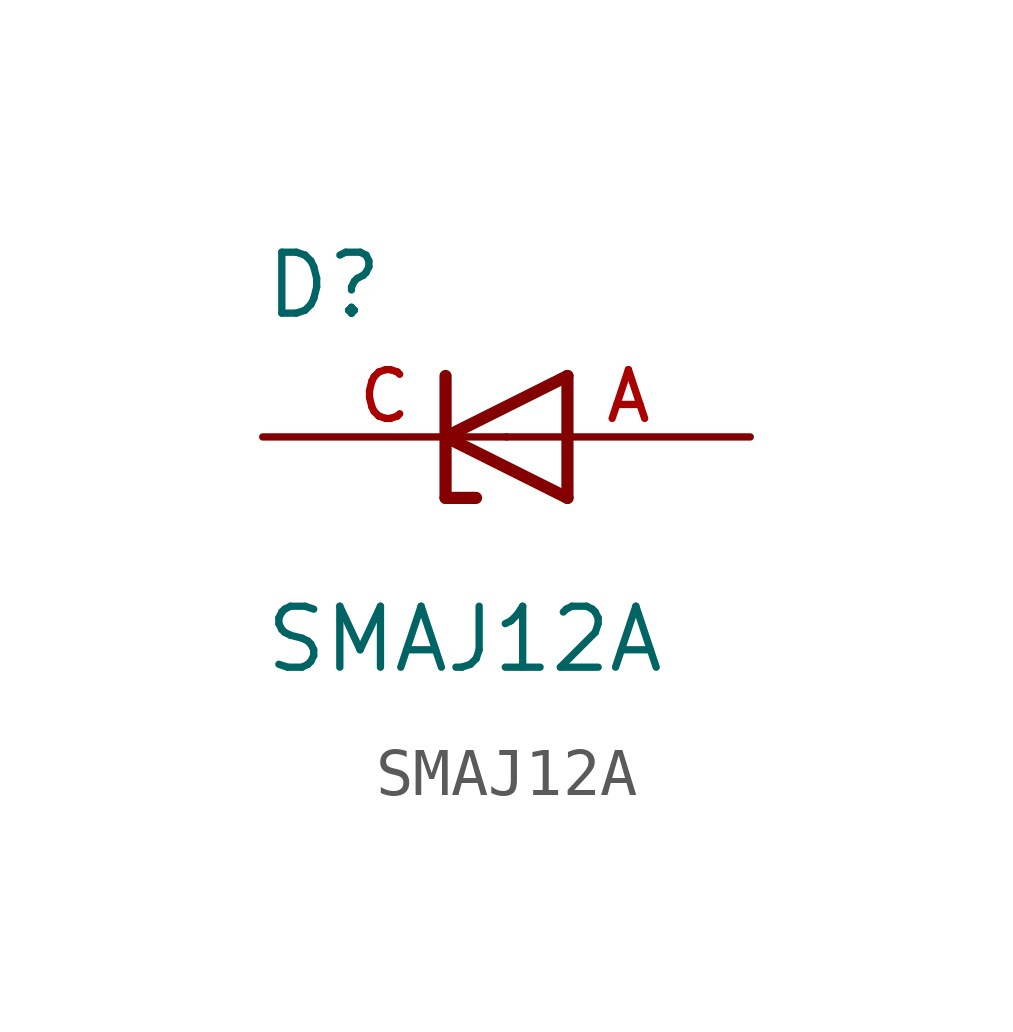
<source format=kicad_sym>
(kicad_symbol_lib
  (version 20211014)
  (generator kicad_symbol_editor)
  (symbol "SMAJ12A"
    (pin_names
      (offset 1.016))
    (property "Reference" "D"
      (at -5.084 2.416 0)
      (effects (font (size 1.27 1.27)) (justify bottom left)))
    (property "Value" "SMAJ12A"
      (at -5.085 -4.961 0)
      (effects (font (size 1.27 1.27)) (justify bottom left)))
    (symbol "SMAJ12A_0_0"
      (polyline (pts (xy 1.27 1.27) (xy -1.27 0.0)) (stroke (width 0.254)))
      (polyline (pts (xy -1.27 0.0) (xy 1.27 -1.27)) (stroke (width 0.254)))
      (polyline (pts (xy -0.635 -1.27) (xy -1.27 -1.27)) (stroke (width 0.254)))
      (polyline (pts (xy -1.27 -1.27) (xy -1.27 0.0)) (stroke (width 0.254)))
      (polyline (pts (xy 1.27 -1.27) (xy 1.27 1.27)) (stroke (width 0.254)))
      (polyline (pts (xy -1.27 0.0) (xy -1.27 1.27)) (stroke (width 0.254)))
      (pin passive line (at 5.08 0.0 180.0) (length 5.08) (name "~" (effects (font (size 1.016 1.016)))) (number "A" (effects (font (size 1.016 1.016)))))
      (pin passive line (at -5.08 0.0 0) (length 5.08) (name "~" (effects (font (size 1.016 1.016)))) (number "C" (effects (font (size 1.016 1.016))))))))
</source>
